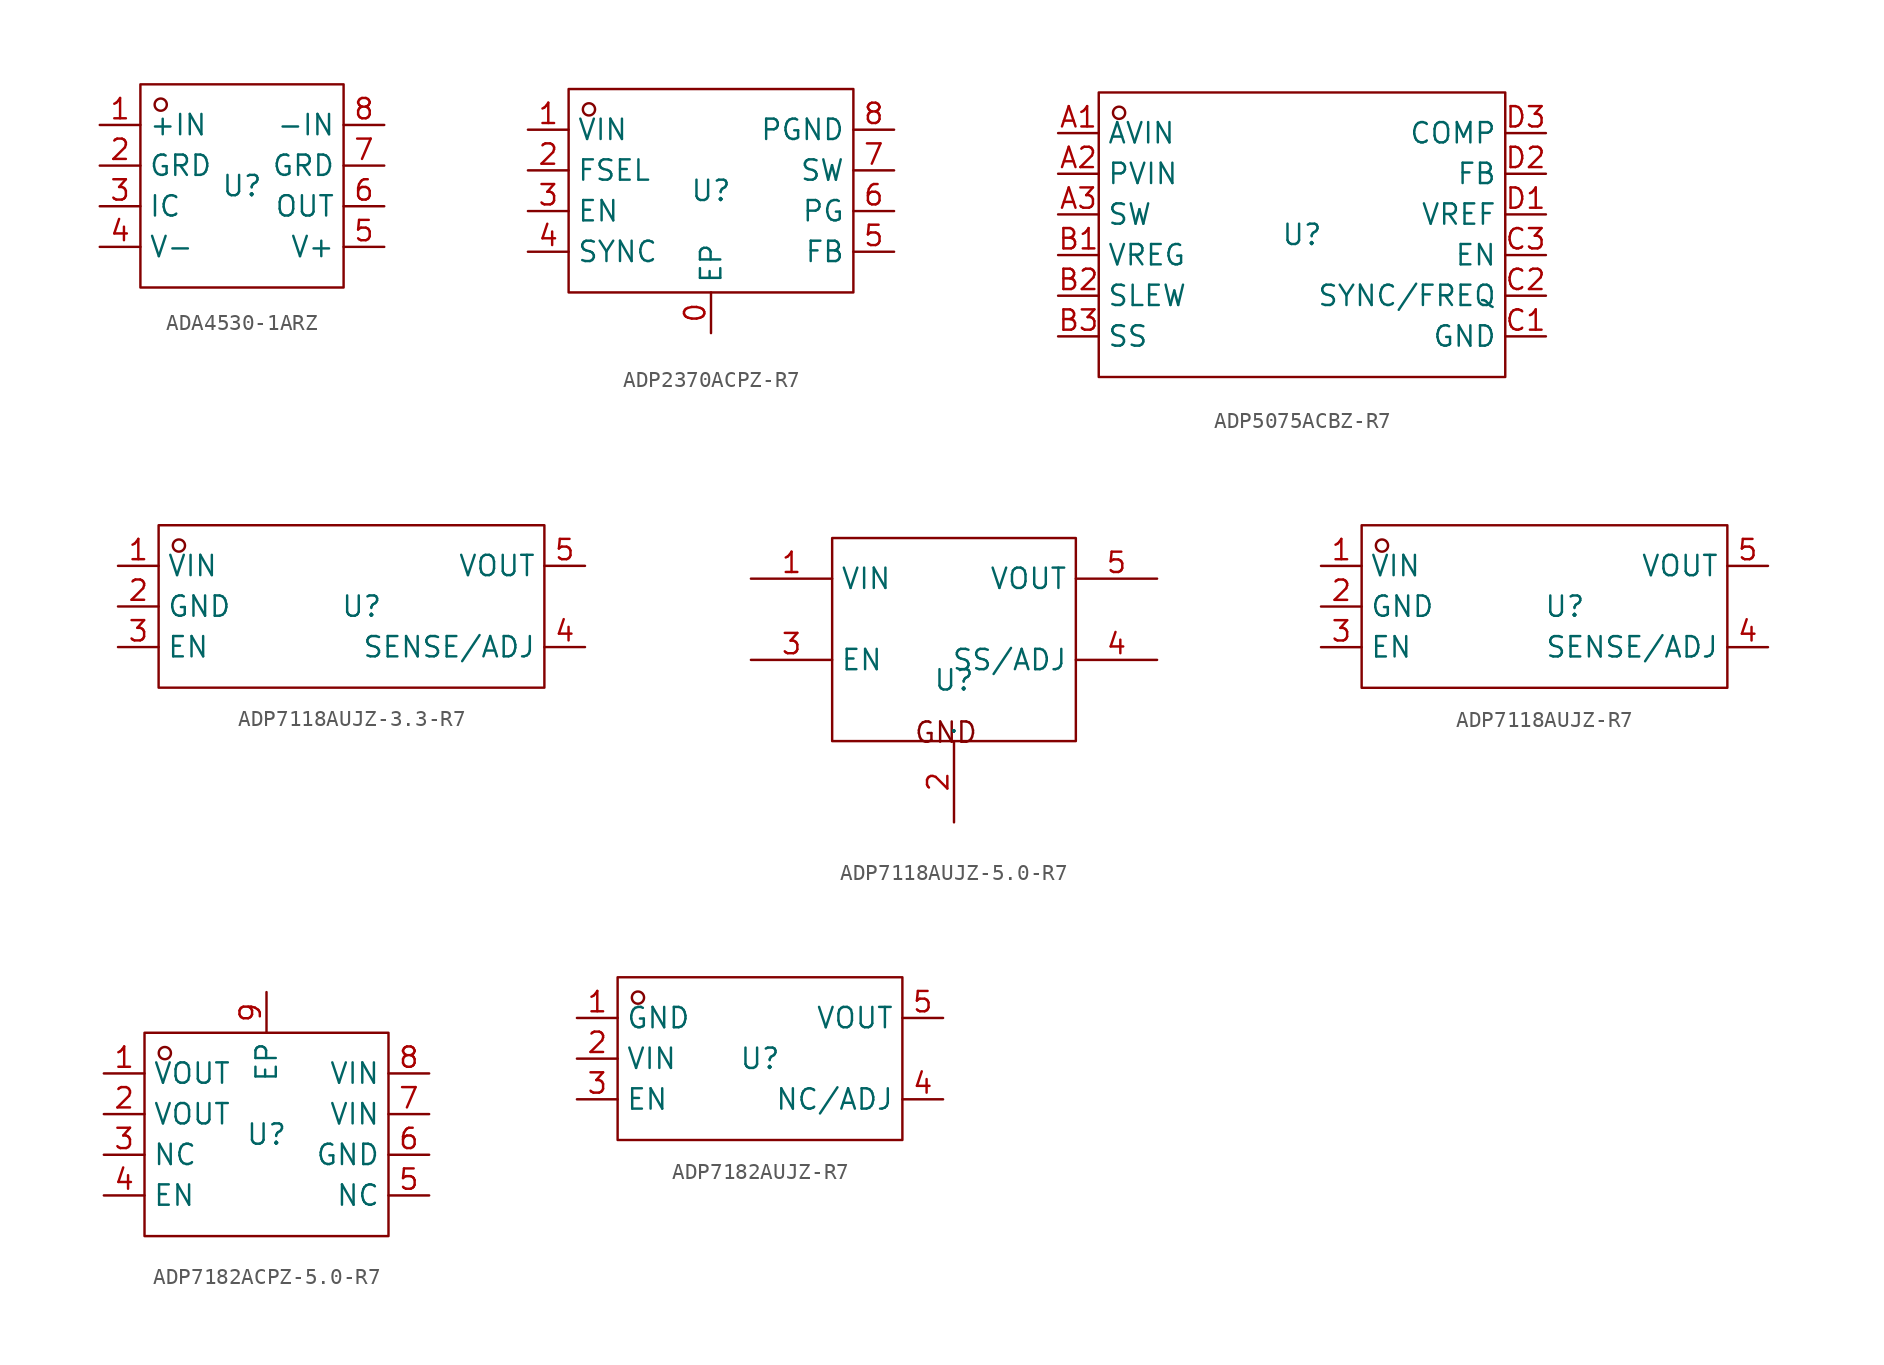
<source format=kicad_sym>
(kicad_symbol_lib
  (version 20241209)
  (generator "kicad_symbol_editor")
  (generator_version "9.0")
  (symbol "ADA4530-1ARZ"
    (property "Reference" "U"
      (at 0 0 0)
      (effects (font (size 1.27 1.27))))
    (property "Value" ""
      (at 0 0 0)
      (effects (font (size 1.27 1.27))))
    (symbol "ADA4530-1ARZ_1_0"
      (rectangle (start -6.35 -6.35) (end 6.35 6.35) (stroke (width 0) (type default)) (fill (type none)))
      (circle (center -5.08 5.08) (radius 0.381) (stroke (width 0) (type default)) (fill (type none)))
      (pin unspecified line (at -8.89 3.81 0) (length 2.54) (name "+IN" (effects (font (size 1.27 1.27)))) (number "1" (effects (font (size 1.27 1.27)))))
      (pin unspecified line (at -8.89 1.27 0) (length 2.54) (name "GRD" (effects (font (size 1.27 1.27)))) (number "2" (effects (font (size 1.27 1.27)))))
      (pin unspecified line (at -8.89 -1.27 0) (length 2.54) (name "IC" (effects (font (size 1.27 1.27)))) (number "3" (effects (font (size 1.27 1.27)))))
      (pin unspecified line (at -8.89 -3.81 0) (length 2.54) (name "V-" (effects (font (size 1.27 1.27)))) (number "4" (effects (font (size 1.27 1.27)))))
      (pin unspecified line (at 8.89 3.81 180) (length 2.54) (name "-IN" (effects (font (size 1.27 1.27)))) (number "8" (effects (font (size 1.27 1.27)))))
      (pin unspecified line (at 8.89 1.27 180) (length 2.54) (name "GRD" (effects (font (size 1.27 1.27)))) (number "7" (effects (font (size 1.27 1.27)))))
      (pin unspecified line (at 8.89 -1.27 180) (length 2.54) (name "OUT" (effects (font (size 1.27 1.27)))) (number "6" (effects (font (size 1.27 1.27)))))
      (pin unspecified line (at 8.89 -3.81 180) (length 2.54) (name "V+" (effects (font (size 1.27 1.27)))) (number "5" (effects (font (size 1.27 1.27)))))))
  (symbol "ADP2370ACPZ-R7"
    (property "Reference" "U"
      (at 0 0 0)
      (effects (font (size 1.27 1.27))))
    (property "Value" ""
      (at 0 0 0)
      (effects (font (size 1.27 1.27))))
    (symbol "ADP2370ACPZ-R7_1_0"
      (rectangle (start -8.89 -6.35) (end 8.89 6.35) (stroke (width 0) (type default)) (fill (type none)))
      (circle (center -7.62 5.08) (radius 0.381) (stroke (width 0) (type default)) (fill (type none)))
      (pin unspecified line (at -11.43 3.81 0) (length 2.54) (name "VIN" (effects (font (size 1.27 1.27)))) (number "1" (effects (font (size 1.27 1.27)))))
      (pin unspecified line (at -11.43 1.27 0) (length 2.54) (name "FSEL" (effects (font (size 1.27 1.27)))) (number "2" (effects (font (size 1.27 1.27)))))
      (pin unspecified line (at -11.43 -1.27 0) (length 2.54) (name "EN" (effects (font (size 1.27 1.27)))) (number "3" (effects (font (size 1.27 1.27)))))
      (pin unspecified line (at -11.43 -3.81 0) (length 2.54) (name "SYNC" (effects (font (size 1.27 1.27)))) (number "4" (effects (font (size 1.27 1.27)))))
      (pin unspecified line (at 0 -8.89 90) (length 2.54) (name "EP" (effects (font (size 1.27 1.27)))) (number "0" (effects (font (size 1.27 1.27)))))
      (pin unspecified line (at 11.43 3.81 180) (length 2.54) (name "PGND" (effects (font (size 1.27 1.27)))) (number "8" (effects (font (size 1.27 1.27)))))
      (pin unspecified line (at 11.43 1.27 180) (length 2.54) (name "SW" (effects (font (size 1.27 1.27)))) (number "7" (effects (font (size 1.27 1.27)))))
      (pin unspecified line (at 11.43 -1.27 180) (length 2.54) (name "PG" (effects (font (size 1.27 1.27)))) (number "6" (effects (font (size 1.27 1.27)))))
      (pin unspecified line (at 11.43 -3.81 180) (length 2.54) (name "FB" (effects (font (size 1.27 1.27)))) (number "5" (effects (font (size 1.27 1.27)))))))
  (symbol "ADP5075ACBZ-R7"
    (property "Reference" "U"
      (at 0 0 0)
      (effects (font (size 1.27 1.27))))
    (property "Value" ""
      (at 0 0 0)
      (effects (font (size 1.27 1.27))))
    (symbol "ADP5075ACBZ-R7_1_0"
      (rectangle (start -12.7 -8.89) (end 12.7 8.89) (stroke (width 0) (type default)) (fill (type none)))
      (circle (center -11.43 7.62) (radius 0.381) (stroke (width 0) (type default)) (fill (type none)))
      (pin unspecified line (at -15.24 6.35 0) (length 2.54) (name "AVIN" (effects (font (size 1.27 1.27)))) (number "A1" (effects (font (size 1.27 1.27)))))
      (pin unspecified line (at -15.24 3.81 0) (length 2.54) (name "PVIN" (effects (font (size 1.27 1.27)))) (number "A2" (effects (font (size 1.27 1.27)))))
      (pin unspecified line (at -15.24 1.27 0) (length 2.54) (name "SW" (effects (font (size 1.27 1.27)))) (number "A3" (effects (font (size 1.27 1.27)))))
      (pin unspecified line (at -15.24 -1.27 0) (length 2.54) (name "VREG" (effects (font (size 1.27 1.27)))) (number "B1" (effects (font (size 1.27 1.27)))))
      (pin unspecified line (at -15.24 -3.81 0) (length 2.54) (name "SLEW" (effects (font (size 1.27 1.27)))) (number "B2" (effects (font (size 1.27 1.27)))))
      (pin unspecified line (at -15.24 -6.35 0) (length 2.54) (name "SS" (effects (font (size 1.27 1.27)))) (number "B3" (effects (font (size 1.27 1.27)))))
      (pin unspecified line (at 15.24 6.35 180) (length 2.54) (name "COMP" (effects (font (size 1.27 1.27)))) (number "D3" (effects (font (size 1.27 1.27)))))
      (pin unspecified line (at 15.24 3.81 180) (length 2.54) (name "FB" (effects (font (size 1.27 1.27)))) (number "D2" (effects (font (size 1.27 1.27)))))
      (pin unspecified line (at 15.24 1.27 180) (length 2.54) (name "VREF" (effects (font (size 1.27 1.27)))) (number "D1" (effects (font (size 1.27 1.27)))))
      (pin unspecified line (at 15.24 -1.27 180) (length 2.54) (name "EN" (effects (font (size 1.27 1.27)))) (number "C3" (effects (font (size 1.27 1.27)))))
      (pin unspecified line (at 15.24 -3.81 180) (length 2.54) (name "SYNC/FREQ" (effects (font (size 1.27 1.27)))) (number "C2" (effects (font (size 1.27 1.27)))))
      (pin unspecified line (at 15.24 -6.35 180) (length 2.54) (name "GND" (effects (font (size 1.27 1.27)))) (number "C1" (effects (font (size 1.27 1.27)))))))
  (symbol "ADP7118AUJZ-3.3-R7"
    (property "Reference" "U"
      (at 0 0 0)
      (effects (font (size 1.27 1.27))))
    (property "Value" ""
      (at 0 0 0)
      (effects (font (size 1.27 1.27))))
    (symbol "ADP7118AUJZ-3.3-R7_1_0"
      (rectangle (start -12.7 -5.08) (end 11.43 5.08) (stroke (width 0) (type default)) (fill (type none)))
      (circle (center -11.43 3.81) (radius 0.381) (stroke (width 0) (type default)) (fill (type none)))
      (pin unspecified line (at -15.24 2.54 0) (length 2.54) (name "VIN" (effects (font (size 1.27 1.27)))) (number "1" (effects (font (size 1.27 1.27)))))
      (pin unspecified line (at -15.24 0 0) (length 2.54) (name "GND" (effects (font (size 1.27 1.27)))) (number "2" (effects (font (size 1.27 1.27)))))
      (pin unspecified line (at -15.24 -2.54 0) (length 2.54) (name "EN" (effects (font (size 1.27 1.27)))) (number "3" (effects (font (size 1.27 1.27)))))
      (pin unspecified line (at 13.97 2.54 180) (length 2.54) (name "VOUT" (effects (font (size 1.27 1.27)))) (number "5" (effects (font (size 1.27 1.27)))))
      (pin unspecified line (at 13.97 -2.54 180) (length 2.54) (name "SENSE/ADJ" (effects (font (size 1.27 1.27)))) (number "4" (effects (font (size 1.27 1.27)))))))
  (symbol "ADP7118AUJZ-5.0-R7"
    (property "Reference" "U"
      (at 0 0 0)
      (effects (font (size 1.27 1.27))))
    (property "Value" ""
      (at 0 0 0)
      (effects (font (size 1.27 1.27))))
    (symbol "ADP7118AUJZ-5.0-R7_1_0"
      (rectangle (start -7.62 -3.81) (end 7.62 8.89) (stroke (width 0) (type default)) (fill (type none)))
      (text "GND" (at -2.54 -4.013 0) (effects (font (size 1.27 1.27)) (justify left bottom)))
      (pin unspecified line (at -12.7 6.35 0) (length 5.08) (name "VIN" (effects (font (size 1.27 1.27)))) (number "1" (effects (font (size 1.27 1.27)))))
      (pin unspecified line (at -12.7 1.27 0) (length 5.08) (name "EN" (effects (font (size 1.27 1.27)))) (number "3" (effects (font (size 1.27 1.27)))))
      (pin unspecified line (at 0 -8.89 90) (length 5.08) (name "GND" (effects (font (size 0.025 0.025)))) (number "2" (effects (font (size 1.27 1.27)))))
      (pin unspecified line (at 12.7 6.35 180) (length 5.08) (name "VOUT" (effects (font (size 1.27 1.27)))) (number "5" (effects (font (size 1.27 1.27)))))
      (pin unspecified line (at 12.7 1.27 180) (length 5.08) (name "SS/ADJ" (effects (font (size 1.27 1.27)))) (number "4" (effects (font (size 1.27 1.27)))))))
  (symbol "ADP7118AUJZ-R7"
    (property "Reference" "U"
      (at 0 0 0)
      (effects (font (size 1.27 1.27))))
    (property "Value" ""
      (at 0 0 0)
      (effects (font (size 1.27 1.27))))
    (symbol "ADP7118AUJZ-R7_1_0"
      (rectangle (start -12.7 -5.08) (end 10.16 5.08) (stroke (width 0) (type default)) (fill (type none)))
      (circle (center -11.43 3.81) (radius 0.381) (stroke (width 0) (type default)) (fill (type none)))
      (pin unspecified line (at -15.24 2.54 0) (length 2.54) (name "VIN" (effects (font (size 1.27 1.27)))) (number "1" (effects (font (size 1.27 1.27)))))
      (pin unspecified line (at -15.24 0 0) (length 2.54) (name "GND" (effects (font (size 1.27 1.27)))) (number "2" (effects (font (size 1.27 1.27)))))
      (pin unspecified line (at -15.24 -2.54 0) (length 2.54) (name "EN" (effects (font (size 1.27 1.27)))) (number "3" (effects (font (size 1.27 1.27)))))
      (pin unspecified line (at 12.7 2.54 180) (length 2.54) (name "VOUT" (effects (font (size 1.27 1.27)))) (number "5" (effects (font (size 1.27 1.27)))))
      (pin unspecified line (at 12.7 -2.54 180) (length 2.54) (name "SENSE/ADJ" (effects (font (size 1.27 1.27)))) (number "4" (effects (font (size 1.27 1.27)))))))
  (symbol "ADP7182ACPZ-5.0-R7"
    (property "Reference" "U"
      (at 0 0 0)
      (effects (font (size 1.27 1.27))))
    (property "Value" ""
      (at 0 0 0)
      (effects (font (size 1.27 1.27))))
    (symbol "ADP7182ACPZ-5.0-R7_1_0"
      (rectangle (start -7.62 -6.35) (end 7.62 6.35) (stroke (width 0) (type default)) (fill (type none)))
      (circle (center -6.35 5.08) (radius 0.381) (stroke (width 0) (type default)) (fill (type none)))
      (pin unspecified line (at -10.16 3.81 0) (length 2.54) (name "VOUT" (effects (font (size 1.27 1.27)))) (number "1" (effects (font (size 1.27 1.27)))))
      (pin unspecified line (at -10.16 1.27 0) (length 2.54) (name "VOUT" (effects (font (size 1.27 1.27)))) (number "2" (effects (font (size 1.27 1.27)))))
      (pin unspecified line (at -10.16 -1.27 0) (length 2.54) (name "NC" (effects (font (size 1.27 1.27)))) (number "3" (effects (font (size 1.27 1.27)))))
      (pin unspecified line (at -10.16 -3.81 0) (length 2.54) (name "EN" (effects (font (size 1.27 1.27)))) (number "4" (effects (font (size 1.27 1.27)))))
      (pin unspecified line (at 0 8.89 270) (length 2.54) (name "EP" (effects (font (size 1.27 1.27)))) (number "9" (effects (font (size 1.27 1.27)))))
      (pin unspecified line (at 10.16 3.81 180) (length 2.54) (name "VIN" (effects (font (size 1.27 1.27)))) (number "8" (effects (font (size 1.27 1.27)))))
      (pin unspecified line (at 10.16 1.27 180) (length 2.54) (name "VIN" (effects (font (size 1.27 1.27)))) (number "7" (effects (font (size 1.27 1.27)))))
      (pin unspecified line (at 10.16 -1.27 180) (length 2.54) (name "GND" (effects (font (size 1.27 1.27)))) (number "6" (effects (font (size 1.27 1.27)))))
      (pin unspecified line (at 10.16 -3.81 180) (length 2.54) (name "NC" (effects (font (size 1.27 1.27)))) (number "5" (effects (font (size 1.27 1.27)))))))
  (symbol "ADP7182AUJZ-R7"
    (property "Reference" "U"
      (at 0 0 0)
      (effects (font (size 1.27 1.27))))
    (property "Value" ""
      (at 0 0 0)
      (effects (font (size 1.27 1.27))))
    (symbol "ADP7182AUJZ-R7_1_0"
      (rectangle (start -8.89 -5.08) (end 8.89 5.08) (stroke (width 0) (type default)) (fill (type none)))
      (circle (center -7.62 3.81) (radius 0.381) (stroke (width 0) (type default)) (fill (type none)))
      (pin unspecified line (at -11.43 2.54 0) (length 2.54) (name "GND" (effects (font (size 1.27 1.27)))) (number "1" (effects (font (size 1.27 1.27)))))
      (pin unspecified line (at -11.43 0 0) (length 2.54) (name "VIN" (effects (font (size 1.27 1.27)))) (number "2" (effects (font (size 1.27 1.27)))))
      (pin unspecified line (at -11.43 -2.54 0) (length 2.54) (name "EN" (effects (font (size 1.27 1.27)))) (number "3" (effects (font (size 1.27 1.27)))))
      (pin unspecified line (at 11.43 2.54 180) (length 2.54) (name "VOUT" (effects (font (size 1.27 1.27)))) (number "5" (effects (font (size 1.27 1.27)))))
      (pin unspecified line (at 11.43 -2.54 180) (length 2.54) (name "NC/ADJ" (effects (font (size 1.27 1.27)))) (number "4" (effects (font (size 1.27 1.27))))))))
</source>
